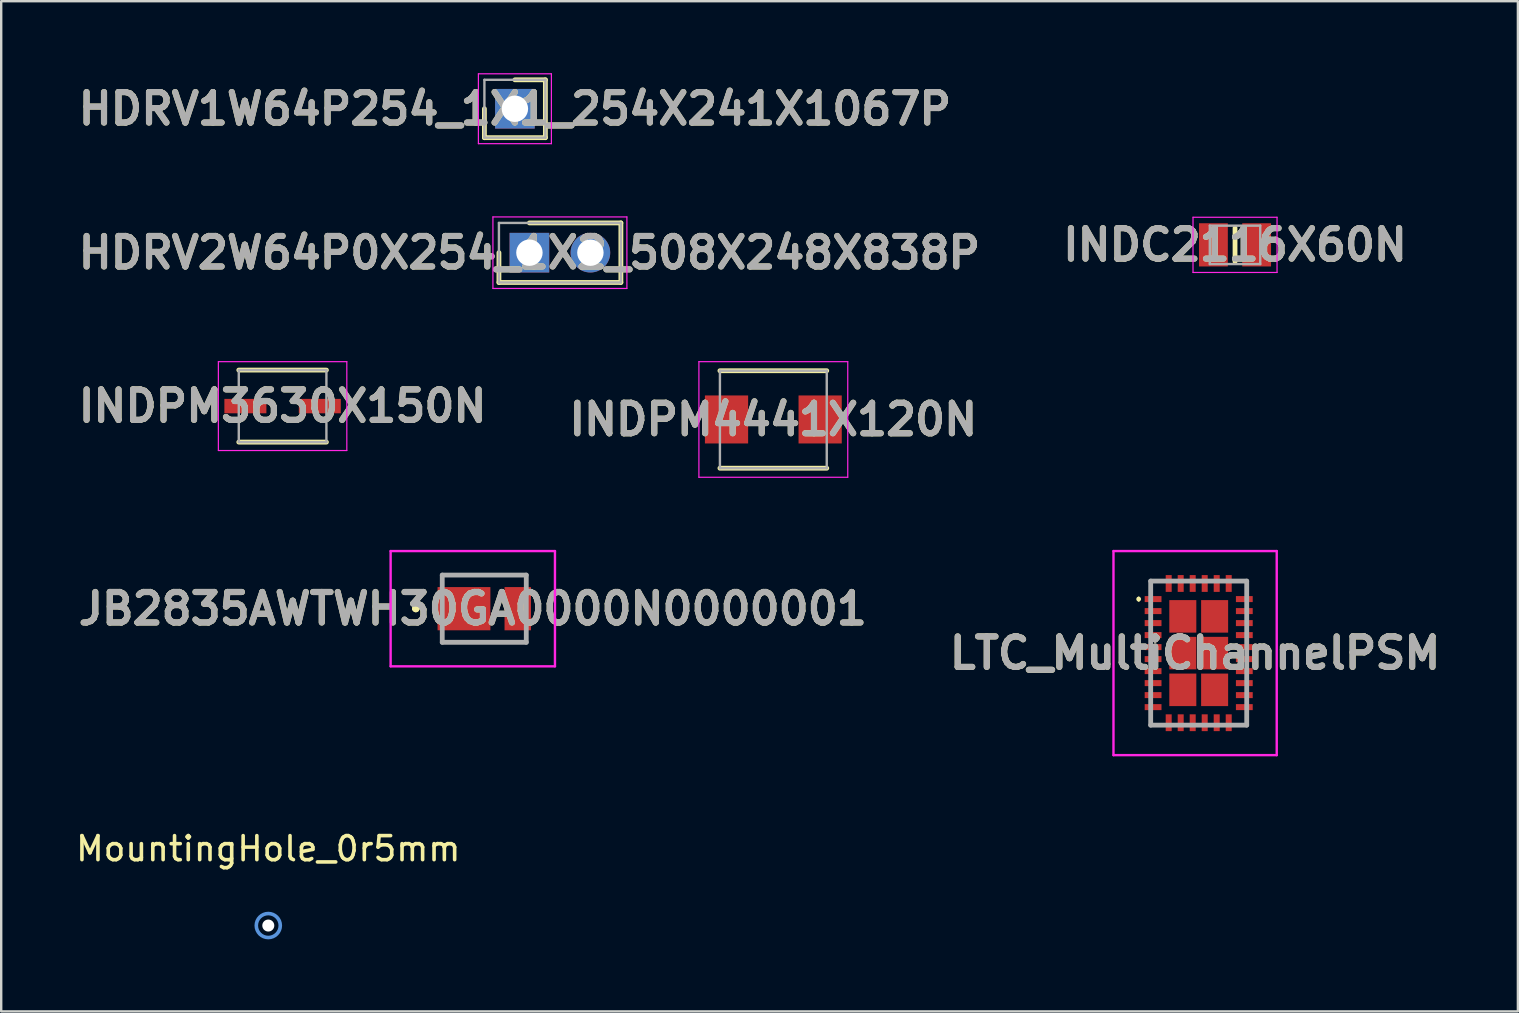
<source format=kicad_pcb>
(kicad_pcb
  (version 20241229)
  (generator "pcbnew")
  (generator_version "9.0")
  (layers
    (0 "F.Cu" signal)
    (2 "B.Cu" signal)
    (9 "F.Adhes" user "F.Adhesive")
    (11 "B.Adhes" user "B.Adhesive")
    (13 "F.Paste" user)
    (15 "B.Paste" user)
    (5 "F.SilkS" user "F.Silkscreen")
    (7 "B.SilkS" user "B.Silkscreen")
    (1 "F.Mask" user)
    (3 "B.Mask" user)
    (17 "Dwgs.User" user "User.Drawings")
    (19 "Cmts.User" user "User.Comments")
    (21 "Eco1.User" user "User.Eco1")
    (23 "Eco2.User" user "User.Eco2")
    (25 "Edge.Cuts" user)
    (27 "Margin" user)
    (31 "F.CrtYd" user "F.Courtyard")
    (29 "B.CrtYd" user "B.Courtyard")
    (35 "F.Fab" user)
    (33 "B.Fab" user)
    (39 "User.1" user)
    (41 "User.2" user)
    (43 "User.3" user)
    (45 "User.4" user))
  (footprint "HDRV2W64P0X254_1X2_508X248X838P"
    (layer "F.Cu")
    (at 19.002 7.475)
    (property "Reference" "HDRV2W64P0X254_1X2_508X248X838P" (at 0 0 0) (layer "F.SilkS") (effects (font (size 1.27 1.27) (thickness 0.254))))
    (attr through_hole)
    (fp_line (start -1.27 0) (end -1.27 1.24) (stroke (width 0.2) (type solid)) (layer "F.SilkS"))
    (fp_line (start -1.27 1.24) (end 3.81 1.24) (stroke (width 0.2) (type solid)) (layer "F.SilkS"))
    (fp_line (start 3.81 -1.24) (end 0 -1.24) (stroke (width 0.2) (type solid)) (layer "F.SilkS"))
    (fp_line (start 3.81 1.24) (end 3.81 -1.24) (stroke (width 0.2) (type solid)) (layer "F.SilkS"))
    (fp_line (start -1.52 -1.49) (end 4.06 -1.49) (stroke (width 0.05) (type solid)) (layer "F.CrtYd"))
    (fp_line (start -1.52 1.49) (end -1.52 -1.49) (stroke (width 0.05) (type solid)) (layer "F.CrtYd"))
    (fp_line (start 4.06 -1.49) (end 4.06 1.49) (stroke (width 0.05) (type solid)) (layer "F.CrtYd"))
    (fp_line (start 4.06 1.49) (end -1.52 1.49) (stroke (width 0.05) (type solid)) (layer "F.CrtYd"))
    (fp_line (start -1.27 -1.24) (end 3.81 -1.24) (stroke (width 0.1) (type solid)) (layer "F.Fab"))
    (fp_line (start -1.27 1.24) (end -1.27 -1.24) (stroke (width 0.1) (type solid)) (layer "F.Fab"))
    (fp_line (start 3.81 -1.24) (end 3.81 1.24) (stroke (width 0.1) (type solid)) (layer "F.Fab"))
    (fp_line (start 3.81 1.24) (end -1.27 1.24) (stroke (width 0.1) (type solid)) (layer "F.Fab"))
    (fp_text user "${REFERENCE}" (at 0 0 0) (layer "F.Fab") (effects (font (size 1.27 1.27) (thickness 0.254))))
    (pad "1" thru_hole rect (at 0 0) (size 1.65 1.65) (drill 1.1) (layers "*.Cu" "*.Mask"))
    (pad "2" thru_hole circle (at 2.54 0) (size 1.65 1.65) (drill 1.1) (layers "*.Cu" "*.Mask")))
  (footprint "INDPM3630X150N"
    (layer "F.Cu")
    (at 8.721 13.865)
    (property "Reference" "INDPM3630X150N" (at 0 0 0) (layer "F.SilkS") (effects (font (size 1.27 1.27) (thickness 0.254))))
    (attr smd)
    (fp_line (start -1.825 1.5) (end 1.825 1.5) (stroke (width 0.2) (type solid)) (layer "F.SilkS"))
    (fp_line (start 1.825 -1.5) (end -1.825 -1.5) (stroke (width 0.2) (type solid)) (layer "F.SilkS"))
    (fp_line (start -2.675 -1.85) (end 2.675 -1.85) (stroke (width 0.05) (type solid)) (layer "F.CrtYd"))
    (fp_line (start -2.675 1.85) (end -2.675 -1.85) (stroke (width 0.05) (type solid)) (layer "F.CrtYd"))
    (fp_line (start 2.675 -1.85) (end 2.675 1.85) (stroke (width 0.05) (type solid)) (layer "F.CrtYd"))
    (fp_line (start 2.675 1.85) (end -2.675 1.85) (stroke (width 0.05) (type solid)) (layer "F.CrtYd"))
    (fp_line (start -1.825 -1.5) (end 1.825 -1.5) (stroke (width 0.1) (type solid)) (layer "F.Fab"))
    (fp_line (start -1.825 1.5) (end -1.825 -1.5) (stroke (width 0.1) (type solid)) (layer "F.Fab"))
    (fp_line (start 1.825 -1.5) (end 1.825 1.5) (stroke (width 0.1) (type solid)) (layer "F.Fab"))
    (fp_line (start 1.825 1.5) (end -1.825 1.5) (stroke (width 0.1) (type solid)) (layer "F.Fab"))
    (fp_text user "${REFERENCE}" (at 0 0 0) (layer "F.Fab") (effects (font (size 1.27 1.27) (thickness 0.254))))
    (pad "1" smd rect (at -1.55 0 90) (size 0.6 1.75) (layers "F.Cu" "F.Mask" "F.Paste"))
    (pad "2" smd rect (at 1.55 0 90) (size 0.6 1.75) (layers "F.Cu" "F.Mask" "F.Paste")))
  (footprint "HDRV1W64P254_1X1_254X241X1067P"
    (layer "F.Cu")
    (at 18.397 1.48)
    (property "Reference" "HDRV1W64P254_1X1_254X241X1067P" (at 0 0 0) (layer "F.SilkS") (effects (font (size 1.27 1.27) (thickness 0.254))))
    (attr through_hole)
    (fp_line (start -1.27 0) (end -1.27 1.205) (stroke (width 0.2) (type solid)) (layer "F.SilkS"))
    (fp_line (start -1.27 1.205) (end 1.27 1.205) (stroke (width 0.2) (type solid)) (layer "F.SilkS"))
    (fp_line (start 1.27 -1.205) (end 0 -1.205) (stroke (width 0.2) (type solid)) (layer "F.SilkS"))
    (fp_line (start 1.27 1.205) (end 1.27 -1.205) (stroke (width 0.2) (type solid)) (layer "F.SilkS"))
    (fp_line (start -1.52 -1.455) (end 1.52 -1.455) (stroke (width 0.05) (type solid)) (layer "F.CrtYd"))
    (fp_line (start -1.52 1.455) (end -1.52 -1.455) (stroke (width 0.05) (type solid)) (layer "F.CrtYd"))
    (fp_line (start 1.52 -1.455) (end 1.52 1.455) (stroke (width 0.05) (type solid)) (layer "F.CrtYd"))
    (fp_line (start 1.52 1.455) (end -1.52 1.455) (stroke (width 0.05) (type solid)) (layer "F.CrtYd"))
    (fp_line (start -1.27 -1.205) (end 1.27 -1.205) (stroke (width 0.1) (type solid)) (layer "F.Fab"))
    (fp_line (start -1.27 1.205) (end -1.27 -1.205) (stroke (width 0.1) (type solid)) (layer "F.Fab"))
    (fp_line (start 1.27 -1.205) (end 1.27 1.205) (stroke (width 0.1) (type solid)) (layer "F.Fab"))
    (fp_line (start 1.27 1.205) (end -1.27 1.205) (stroke (width 0.1) (type solid)) (layer "F.Fab"))
    (fp_text user "${REFERENCE}" (at 0 0 0) (layer "F.Fab") (effects (font (size 1.27 1.27) (thickness 0.254))))
    (pad "1" thru_hole rect (at 0 0) (size 1.65 1.65) (drill 1.1) (layers "*.Cu" "*.Mask")))
  (footprint "INDC2116X60N"
    (layer "F.Cu")
    (at 48.393 7.149)
    (property "Reference" "INDC2116X60N" (at 0 0 0) (layer "F.SilkS") (effects (font (size 1.27 1.27) (thickness 0.254))))
    (attr smd)
    (fp_line (start 0 -0.7) (end 0 0.7) (stroke (width 0.2) (type solid)) (layer "F.SilkS"))
    (fp_line (start -1.75 -1.15) (end 1.75 -1.15) (stroke (width 0.05) (type solid)) (layer "F.CrtYd"))
    (fp_line (start -1.75 1.15) (end -1.75 -1.15) (stroke (width 0.05) (type solid)) (layer "F.CrtYd"))
    (fp_line (start 1.75 -1.15) (end 1.75 1.15) (stroke (width 0.05) (type solid)) (layer "F.CrtYd"))
    (fp_line (start 1.75 1.15) (end -1.75 1.15) (stroke (width 0.05) (type solid)) (layer "F.CrtYd"))
    (fp_line (start -1.05 -0.8) (end 1.05 -0.8) (stroke (width 0.1) (type solid)) (layer "F.Fab"))
    (fp_line (start -1.05 0.8) (end -1.05 -0.8) (stroke (width 0.1) (type solid)) (layer "F.Fab"))
    (fp_line (start 1.05 -0.8) (end 1.05 0.8) (stroke (width 0.1) (type solid)) (layer "F.Fab"))
    (fp_line (start 1.05 0.8) (end -1.05 0.8) (stroke (width 0.1) (type solid)) (layer "F.Fab"))
    (fp_text user "${REFERENCE}" (at 0 0 0) (layer "F.Fab") (effects (font (size 1.27 1.27) (thickness 0.254))))
    (pad "1" smd rect (at -0.9 0) (size 1.2 1.8) (layers "F.Cu" "F.Mask" "F.Paste"))
    (pad "2" smd rect (at 0.9 0) (size 1.2 1.8) (layers "F.Cu" "F.Mask" "F.Paste")))
  (footprint "JB2835AWTWH30GA0000N0000001"
    (layer "F.Cu")
    (at 17.121 22.304)
    (property "Reference" "JB2835AWTWH30GA0000N0000001" (at -0.478 0 0) (layer "F.SilkS") (effects (font (size 1.27 1.27) (thickness 0.254))))
    (attr smd)
    (fp_line (start -2.9 0) (end -2.9 0) (stroke (width 0.2) (type solid)) (layer "F.SilkS"))
    (fp_line (start -2.9 0) (end -2.9 0) (stroke (width 0.2) (type solid)) (layer "F.SilkS"))
    (fp_line (start -2.8 0) (end -2.8 0) (stroke (width 0.2) (type solid)) (layer "F.SilkS"))
    (fp_line (start -1.75 -1.4) (end -1.75 -1.4) (stroke (width 0.1) (type solid)) (layer "F.SilkS"))
    (fp_line (start -1.75 -1.4) (end 1.75 -1.4) (stroke (width 0.1) (type solid)) (layer "F.SilkS"))
    (fp_line (start -1.75 1.4) (end -1.75 1.4) (stroke (width 0.1) (type solid)) (layer "F.SilkS"))
    (fp_line (start -1.75 1.4) (end 1.75 1.4) (stroke (width 0.1) (type solid)) (layer "F.SilkS"))
    (fp_line (start 1.75 -1.4) (end -1.75 -1.4) (stroke (width 0.1) (type solid)) (layer "F.SilkS"))
    (fp_line (start 1.75 -1.4) (end 1.75 -1.4) (stroke (width 0.1) (type solid)) (layer "F.SilkS"))
    (fp_line (start 1.75 1.4) (end -1.75 1.4) (stroke (width 0.1) (type solid)) (layer "F.SilkS"))
    (fp_line (start 1.75 1.4) (end 1.75 1.4) (stroke (width 0.1) (type solid)) (layer "F.SilkS"))
    (fp_arc (start -2.9 0) (mid -2.85 -0.05) (end -2.8 0) (stroke (width 0.2) (type solid)) (layer "F.SilkS"))
    (fp_arc (start -2.8 0) (mid -2.85 0.05) (end -2.9 0) (stroke (width 0.2) (type solid)) (layer "F.SilkS"))
    (fp_arc (start -2.8 0) (mid -2.85 0.05) (end -2.9 0) (stroke (width 0.2) (type solid)) (layer "F.SilkS"))
    (fp_line (start -3.9 -2.4) (end 2.945 -2.4) (stroke (width 0.1) (type solid)) (layer "F.CrtYd"))
    (fp_line (start -3.9 2.4) (end -3.9 -2.4) (stroke (width 0.1) (type solid)) (layer "F.CrtYd"))
    (fp_line (start 2.945 -2.4) (end 2.945 2.4) (stroke (width 0.1) (type solid)) (layer "F.CrtYd"))
    (fp_line (start 2.945 2.4) (end -3.9 2.4) (stroke (width 0.1) (type solid)) (layer "F.CrtYd"))
    (fp_line (start -1.75 -1.4) (end -1.75 1.4) (stroke (width 0.2) (type solid)) (layer "F.Fab"))
    (fp_line (start -1.75 1.4) (end 1.75 1.4) (stroke (width 0.2) (type solid)) (layer "F.Fab"))
    (fp_line (start 1.75 -1.4) (end -1.75 -1.4) (stroke (width 0.2) (type solid)) (layer "F.Fab"))
    (fp_line (start 1.75 1.4) (end 1.75 -1.4) (stroke (width 0.2) (type solid)) (layer "F.Fab"))
    (fp_text user "${REFERENCE}" (at -0.478 0 0) (layer "F.Fab") (effects (font (size 1.27 1.27) (thickness 0.254))))
    (pad "1" smd rect (at -0.845 0 90) (size 1.8 2.2) (layers "F.Cu" "F.Mask" "F.Paste"))
    (pad "2" smd rect (at 1.395 0) (size 1.1 1.8) (layers "F.Cu" "F.Mask" "F.Paste")))
  (footprint "LTC_MultiChannelPSM"
    (layer "F.Cu")
    (at 46.73 24.154)
    (property "Reference" "LTC_MultiChannelPSM" (at 0 0 0) (layer "F.SilkS") (effects (font (size 1.27 1.27) (thickness 0.254))))
    (attr smd)
    (fp_line (start -2.35 -2.3) (end -2.35 -2.3) (stroke (width 0.1) (type solid)) (layer "F.SilkS"))
    (fp_line (start -2.35 -2.2) (end -2.35 -2.2) (stroke (width 0.1) (type solid)) (layer "F.SilkS"))
    (fp_line (start -1.85 -3) (end -1.35 -3) (stroke (width 0.1) (type solid)) (layer "F.SilkS"))
    (fp_line (start -1.85 -2.9) (end -1.85 -3) (stroke (width 0.1) (type solid)) (layer "F.SilkS"))
    (fp_line (start -1.85 -2.5) (end -1.85 -2.9) (stroke (width 0.1) (type solid)) (layer "F.SilkS"))
    (fp_line (start -1.85 3) (end -1.85 2.5) (stroke (width 0.1) (type solid)) (layer "F.SilkS"))
    (fp_line (start -1.35 3) (end -1.85 3) (stroke (width 0.1) (type solid)) (layer "F.SilkS"))
    (fp_line (start 1.65 3) (end 2.15 3) (stroke (width 0.1) (type solid)) (layer "F.SilkS"))
    (fp_line (start 2.15 -3) (end 1.65 -3) (stroke (width 0.1) (type solid)) (layer "F.SilkS"))
    (fp_line (start 2.15 -2.5) (end 2.15 -3) (stroke (width 0.1) (type solid)) (layer "F.SilkS"))
    (fp_line (start 2.15 3) (end 2.15 2.5) (stroke (width 0.1) (type solid)) (layer "F.SilkS"))
    (fp_arc (start -2.35 -2.3) (mid -2.3 -2.25) (end -2.35 -2.2) (stroke (width 0.1) (type solid)) (layer "F.SilkS"))
    (fp_arc (start -2.35 -2.2) (mid -2.4 -2.25) (end -2.35 -2.3) (stroke (width 0.1) (type solid)) (layer "F.SilkS"))
    (fp_line (start -3.4 -4.25) (end 3.4 -4.25) (stroke (width 0.1) (type solid)) (layer "F.CrtYd"))
    (fp_line (start -3.4 4.25) (end -3.4 -4.25) (stroke (width 0.1) (type solid)) (layer "F.CrtYd"))
    (fp_line (start 3.4 -4.25) (end 3.4 4.25) (stroke (width 0.1) (type solid)) (layer "F.CrtYd"))
    (fp_line (start 3.4 4.25) (end -3.4 4.25) (stroke (width 0.1) (type solid)) (layer "F.CrtYd"))
    (fp_line (start -1.85 -3) (end 2.15 -3) (stroke (width 0.2) (type solid)) (layer "F.Fab"))
    (fp_line (start -1.85 3) (end -1.85 -3) (stroke (width 0.2) (type solid)) (layer "F.Fab"))
    (fp_line (start 2.15 -3) (end 2.15 3) (stroke (width 0.2) (type solid)) (layer "F.Fab"))
    (fp_line (start 2.15 3) (end -1.85 3) (stroke (width 0.2) (type solid)) (layer "F.Fab"))
    (fp_text user "${REFERENCE}" (at 0 0 0) (layer "F.Fab") (effects (font (size 1.27 1.27) (thickness 0.254))))
    (pad "1" smd rect (at -1.75 -2.25 90) (size 0.25 0.7) (layers "F.Cu" "F.Mask" "F.Paste"))
    (pad "2" smd rect (at -1.75 -1.75 90) (size 0.25 0.7) (layers "F.Cu" "F.Mask" "F.Paste"))
    (pad "3" smd rect (at -1.75 -1.25 90) (size 0.25 0.7) (layers "F.Cu" "F.Mask" "F.Paste"))
    (pad "4" smd rect (at -1.75 -0.75 90) (size 0.25 0.7) (layers "F.Cu" "F.Mask" "F.Paste"))
    (pad "5" smd rect (at -1.75 -0.25 90) (size 0.25 0.7) (layers "F.Cu" "F.Mask" "F.Paste"))
    (pad "6" smd rect (at -1.75 0.25 90) (size 0.25 0.7) (layers "F.Cu" "F.Mask" "F.Paste"))
    (pad "7" smd rect (at -1.75 0.75 90) (size 0.25 0.7) (layers "F.Cu" "F.Mask" "F.Paste"))
    (pad "8" smd rect (at -1.75 1.25 90) (size 0.25 0.7) (layers "F.Cu" "F.Mask" "F.Paste"))
    (pad "9" smd rect (at -1.75 1.75 90) (size 0.25 0.7) (layers "F.Cu" "F.Mask" "F.Paste"))
    (pad "10" smd rect (at -1.75 2.25 90) (size 0.25 0.7) (layers "F.Cu" "F.Mask" "F.Paste"))
    (pad "11" smd rect (at -1.1 2.9) (size 0.25 0.7) (layers "F.Cu" "F.Mask" "F.Paste"))
    (pad "12" smd rect (at -0.6 2.9) (size 0.25 0.7) (layers "F.Cu" "F.Mask" "F.Paste"))
    (pad "13" smd rect (at -0.1 2.9) (size 0.25 0.7) (layers "F.Cu" "F.Mask" "F.Paste"))
    (pad "14" smd rect (at 0.4 2.9) (size 0.25 0.7) (layers "F.Cu" "F.Mask" "F.Paste"))
    (pad "15" smd rect (at 0.9 2.9) (size 0.25 0.7) (layers "F.Cu" "F.Mask" "F.Paste"))
    (pad "16" smd rect (at 1.4 2.9) (size 0.25 0.7) (layers "F.Cu" "F.Mask" "F.Paste"))
    (pad "17" smd rect (at 2.05 2.25 90) (size 0.25 0.7) (layers "F.Cu" "F.Mask" "F.Paste"))
    (pad "18" smd rect (at 2.05 1.75 90) (size 0.25 0.7) (layers "F.Cu" "F.Mask" "F.Paste"))
    (pad "19" smd rect (at 2.05 1.25 90) (size 0.25 0.7) (layers "F.Cu" "F.Mask" "F.Paste"))
    (pad "20" smd rect (at 2.05 0.75 90) (size 0.25 0.7) (layers "F.Cu" "F.Mask" "F.Paste"))
    (pad "21" smd rect (at 2.05 0.25 90) (size 0.25 0.7) (layers "F.Cu" "F.Mask" "F.Paste"))
    (pad "22" smd rect (at 2.05 -0.25 90) (size 0.25 0.7) (layers "F.Cu" "F.Mask" "F.Paste"))
    (pad "23" smd rect (at 2.05 -0.75 90) (size 0.25 0.7) (layers "F.Cu" "F.Mask" "F.Paste"))
    (pad "24" smd rect (at 2.05 -1.25 90) (size 0.25 0.7) (layers "F.Cu" "F.Mask" "F.Paste"))
    (pad "25" smd rect (at 2.05 -1.75 90) (size 0.25 0.7) (layers "F.Cu" "F.Mask" "F.Paste"))
    (pad "26" smd rect (at 2.05 -2.25 90) (size 0.25 0.7) (layers "F.Cu" "F.Mask" "F.Paste"))
    (pad "27" smd rect (at 1.4 -2.9) (size 0.25 0.7) (layers "F.Cu" "F.Mask" "F.Paste"))
    (pad "28" smd rect (at 0.9 -2.9) (size 0.25 0.7) (layers "F.Cu" "F.Mask" "F.Paste"))
    (pad "29" smd rect (at 0.4 -2.9) (size 0.25 0.7) (layers "F.Cu" "F.Mask" "F.Paste"))
    (pad "30" smd rect (at -0.1 -2.9) (size 0.25 0.7) (layers "F.Cu" "F.Mask" "F.Paste"))
    (pad "31" smd rect (at -0.6 -2.9) (size 0.25 0.7) (layers "F.Cu" "F.Mask" "F.Paste"))
    (pad "32" smd rect (at -1.1 -2.9) (size 0.25 0.7) (layers "F.Cu" "F.Mask" "F.Paste"))
    (pad "33" smd rect (at -0.512 -1.53) (size 1.125 1.355) (layers "F.Cu" "F.Mask" "F.Paste"))
    (pad "34" smd rect (at 0.813 -1.53) (size 1.125 1.355) (layers "F.Cu" "F.Mask" "F.Paste"))
    (pad "35" smd rect (at -0.512 0) (size 1.125 1.355) (layers "F.Cu" "F.Mask" "F.Paste"))
    (pad "36" smd rect (at 0.813 0) (size 1.125 1.355) (layers "F.Cu" "F.Mask" "F.Paste"))
    (pad "37" smd rect (at -0.512 1.53) (size 1.125 1.355) (layers "F.Cu" "F.Mask" "F.Paste"))
    (pad "38" smd rect (at 0.813 1.53) (size 1.125 1.355) (layers "F.Cu" "F.Mask" "F.Paste")))
  (footprint "INDPM4441X120N"
    (layer "F.Cu")
    (at 29.162 14.422)
    (property "Reference" "INDPM4441X120N" (at 0 0 0) (layer "F.SilkS") (effects (font (size 1.27 1.27) (thickness 0.254))))
    (attr smd)
    (fp_line (start -2.225 2.03) (end 2.225 2.03) (stroke (width 0.2) (type solid)) (layer "F.SilkS"))
    (fp_line (start 2.225 -2.03) (end -2.225 -2.03) (stroke (width 0.2) (type solid)) (layer "F.SilkS"))
    (fp_line (start -3.1 -2.407) (end 3.1 -2.407) (stroke (width 0.05) (type solid)) (layer "F.CrtYd"))
    (fp_line (start -3.1 2.407) (end -3.1 -2.407) (stroke (width 0.05) (type solid)) (layer "F.CrtYd"))
    (fp_line (start 3.1 -2.407) (end 3.1 2.407) (stroke (width 0.05) (type solid)) (layer "F.CrtYd"))
    (fp_line (start 3.1 2.407) (end -3.1 2.407) (stroke (width 0.05) (type solid)) (layer "F.CrtYd"))
    (fp_line (start -2.225 -2.03) (end 2.225 -2.03) (stroke (width 0.1) (type solid)) (layer "F.Fab"))
    (fp_line (start -2.225 2.03) (end -2.225 -2.03) (stroke (width 0.1) (type solid)) (layer "F.Fab"))
    (fp_line (start 2.225 -2.03) (end 2.225 2.03) (stroke (width 0.1) (type solid)) (layer "F.Fab"))
    (fp_line (start 2.225 2.03) (end -2.225 2.03) (stroke (width 0.1) (type solid)) (layer "F.Fab"))
    (fp_text user "${REFERENCE}" (at 0 0 0) (layer "F.Fab") (effects (font (size 1.27 1.27) (thickness 0.254))))
    (pad "1" smd rect (at -1.95 0) (size 1.8 2) (layers "F.Cu" "F.Mask" "F.Paste"))
    (pad "2" smd rect (at 1.95 0) (size 1.8 2) (layers "F.Cu" "F.Mask" "F.Paste")))
  (footprint "MountingHole_0r5mm"
    (layer "F.Cu")
    (at 8.125 35.502)
    (property "Reference" "MountingHole_0r5mm" (at 0 -3.2 0) (layer "F.SilkS") (effects (font (size 1 1) (thickness 0.15))))
    (attr exclude_from_pos_files exclude_from_bom)
    (fp_circle (center 0 0) (end 0.5 0) (stroke (width 0.15) (type solid)) (fill no) (layer "Cmts.User"))
    (fp_circle (center 0 0) (end 0.5 0) (stroke (width 0.05) (type solid)) (fill no) (layer "F.CrtYd"))
    (pad "" np_thru_hole circle (at 0 0) (size 0.5 0.5) (drill 0.5) (layers "*.Cu" "*.Mask")))
  (gr_rect
    (start -3 -3)
    (end 60.175 39.077)
    (stroke (width 0.1) (type default))
    (fill no)
    (layer "Edge.Cuts")))
</source>
